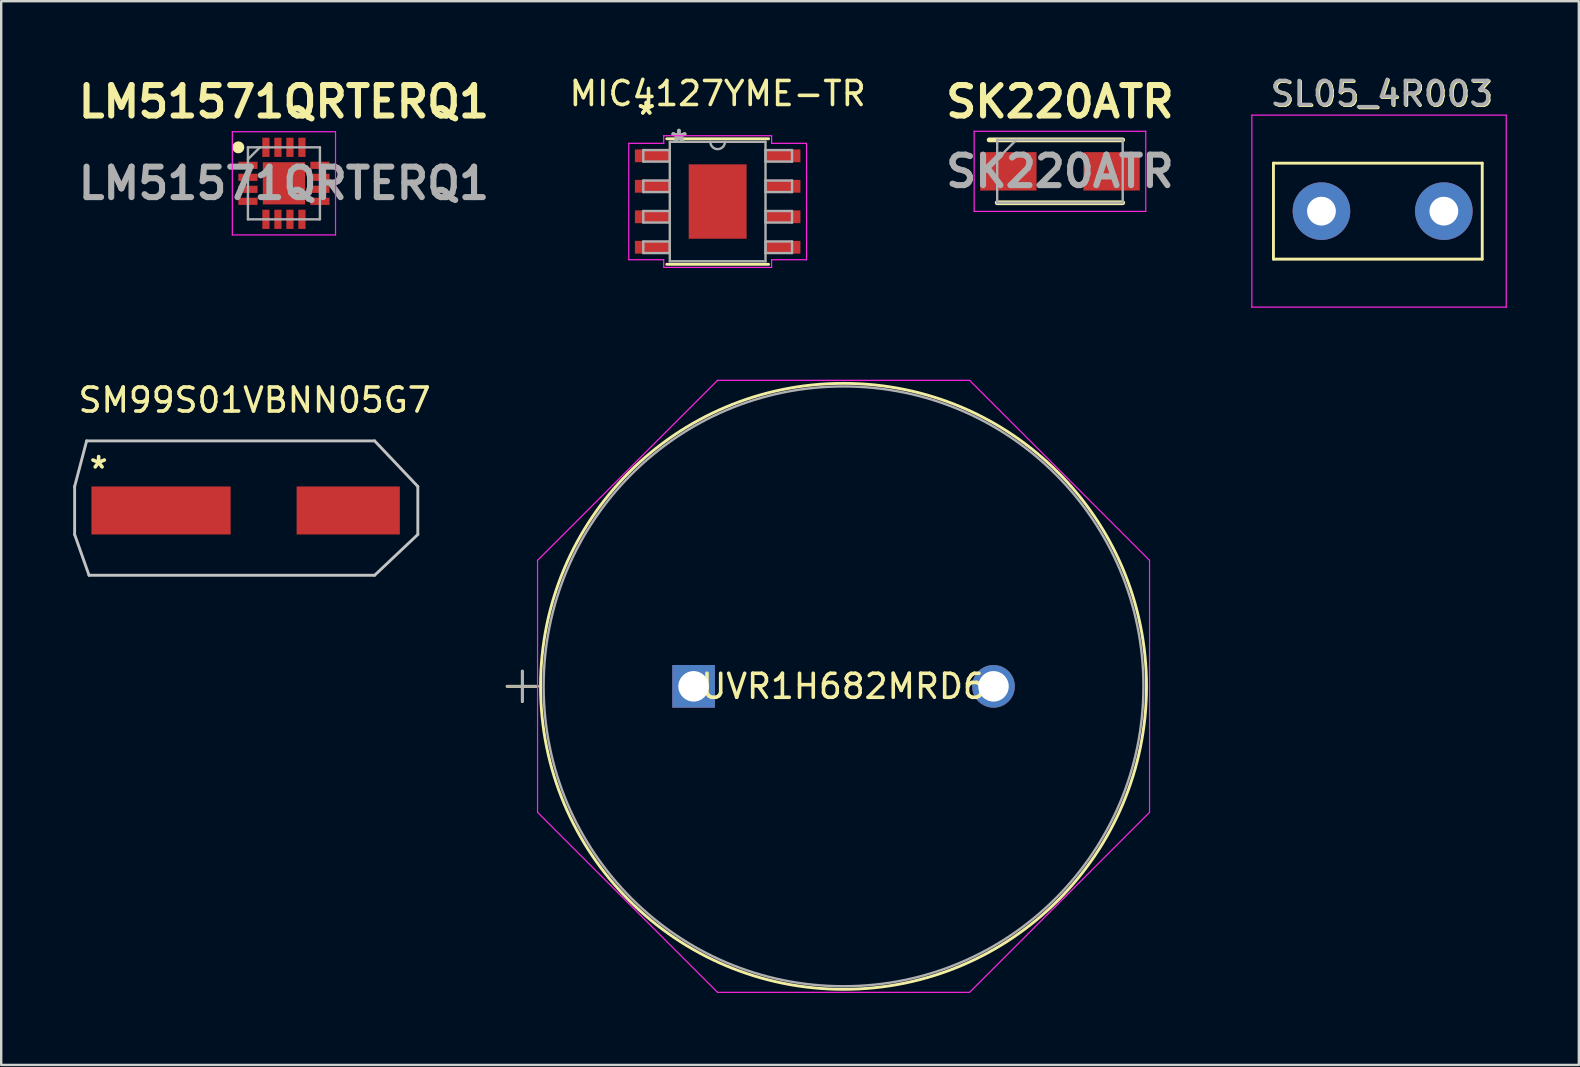
<source format=kicad_pcb>
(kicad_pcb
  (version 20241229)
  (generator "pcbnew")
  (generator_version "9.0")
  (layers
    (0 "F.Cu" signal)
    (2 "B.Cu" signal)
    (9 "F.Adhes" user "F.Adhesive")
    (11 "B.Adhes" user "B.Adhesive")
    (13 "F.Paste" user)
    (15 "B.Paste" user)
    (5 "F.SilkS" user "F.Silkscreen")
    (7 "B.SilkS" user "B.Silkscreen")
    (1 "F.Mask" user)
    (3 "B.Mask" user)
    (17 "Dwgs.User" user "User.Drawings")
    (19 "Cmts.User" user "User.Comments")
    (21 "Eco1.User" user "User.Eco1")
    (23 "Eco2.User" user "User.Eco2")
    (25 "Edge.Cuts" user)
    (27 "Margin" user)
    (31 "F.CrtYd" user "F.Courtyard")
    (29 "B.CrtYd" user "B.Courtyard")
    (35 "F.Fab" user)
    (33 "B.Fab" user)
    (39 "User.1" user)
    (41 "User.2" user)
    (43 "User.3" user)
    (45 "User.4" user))
  (footprint "LM51571QRTERQ1"
    (layer "F.Cu")
    (at 8.781 4.589)
    (property "Reference" "LM51571QRTERQ1" (at 0 -3.4 0) (layer "F.SilkS") (effects (font (size 1.27 1.27) (thickness 0.254))))
    (attr smd)
    (fp_circle (center -1.9 -1.5) (end -1.9 -1.375) (stroke (width 0.25) (type solid)) (fill no) (layer "F.SilkS"))
    (fp_line (start -2.15 -2.15) (end 2.15 -2.15) (stroke (width 0.05) (type solid)) (layer "F.CrtYd"))
    (fp_line (start -2.15 2.15) (end -2.15 -2.15) (stroke (width 0.05) (type solid)) (layer "F.CrtYd"))
    (fp_line (start 2.15 -2.15) (end 2.15 2.15) (stroke (width 0.05) (type solid)) (layer "F.CrtYd"))
    (fp_line (start 2.15 2.15) (end -2.15 2.15) (stroke (width 0.05) (type solid)) (layer "F.CrtYd"))
    (fp_line (start -1.5 -1.5) (end 1.5 -1.5) (stroke (width 0.1) (type solid)) (layer "F.Fab"))
    (fp_line (start -1.5 -1) (end -1 -1.5) (stroke (width 0.1) (type solid)) (layer "F.Fab"))
    (fp_line (start -1.5 1.5) (end -1.5 -1.5) (stroke (width 0.1) (type solid)) (layer "F.Fab"))
    (fp_line (start 1.5 -1.5) (end 1.5 1.5) (stroke (width 0.1) (type solid)) (layer "F.Fab"))
    (fp_line (start 1.5 1.5) (end -1.5 1.5) (stroke (width 0.1) (type solid)) (layer "F.Fab"))
    (fp_text user "${REFERENCE}" (at 0 0 0) (layer "F.Fab") (effects (font (size 1.27 1.27) (thickness 0.254))))
    (pad "1" smd rect (at -1.5 -0.75 90) (size 0.3 0.8) (layers "F.Cu" "F.Mask" "F.Paste"))
    (pad "2" smd rect (at -1.5 -0.25 90) (size 0.3 0.8) (layers "F.Cu" "F.Mask" "F.Paste"))
    (pad "3" smd rect (at -1.5 0.25 90) (size 0.3 0.8) (layers "F.Cu" "F.Mask" "F.Paste"))
    (pad "4" smd rect (at -1.5 0.75 90) (size 0.3 0.8) (layers "F.Cu" "F.Mask" "F.Paste"))
    (pad "5" smd rect (at -0.75 1.5) (size 0.3 0.8) (layers "F.Cu" "F.Mask" "F.Paste"))
    (pad "6" smd rect (at -0.25 1.5) (size 0.3 0.8) (layers "F.Cu" "F.Mask" "F.Paste"))
    (pad "7" smd rect (at 0.25 1.5) (size 0.3 0.8) (layers "F.Cu" "F.Mask" "F.Paste"))
    (pad "8" smd rect (at 0.75 1.5) (size 0.3 0.8) (layers "F.Cu" "F.Mask" "F.Paste"))
    (pad "9" smd rect (at 1.5 0.75 90) (size 0.3 0.8) (layers "F.Cu" "F.Mask" "F.Paste"))
    (pad "10" smd rect (at 1.5 0.25 90) (size 0.3 0.8) (layers "F.Cu" "F.Mask" "F.Paste"))
    (pad "11" smd rect (at 1.5 -0.25 90) (size 0.3 0.8) (layers "F.Cu" "F.Mask" "F.Paste"))
    (pad "12" smd rect (at 1.5 -0.75 90) (size 0.3 0.8) (layers "F.Cu" "F.Mask" "F.Paste"))
    (pad "13" smd rect (at 0.75 -1.5) (size 0.3 0.8) (layers "F.Cu" "F.Mask" "F.Paste"))
    (pad "14" smd rect (at 0.25 -1.5) (size 0.3 0.8) (layers "F.Cu" "F.Mask" "F.Paste"))
    (pad "15" smd rect (at -0.25 -1.5) (size 0.3 0.8) (layers "F.Cu" "F.Mask" "F.Paste"))
    (pad "16" smd rect (at -0.75 -1.5) (size 0.3 0.8) (layers "F.Cu" "F.Mask" "F.Paste"))
    (pad "17" smd rect (at 0 0) (size 1.76 1.76) (layers "F.Cu" "F.Mask" "F.Paste")))
  (footprint "SL05_4R003"
    (layer "F.Cu")
    (at 52.013 5.748)
    (property "Reference" "SL05_4R003" (at 2.54 -4.87 0) (layer "F.SilkS") (effects (font (size 1 1) (thickness 0.15))))
    (attr through_hole)
    (fp_line (start -2 -2) (end 6.7 -2) (stroke (width 0.12) (type solid)) (layer "F.SilkS"))
    (fp_line (start -2 2) (end -2 -2) (stroke (width 0.12) (type solid)) (layer "F.SilkS"))
    (fp_line (start 6.7 -2) (end 6.7 2) (stroke (width 0.12) (type solid)) (layer "F.SilkS"))
    (fp_line (start 6.7 2) (end -2 2) (stroke (width 0.12) (type solid)) (layer "F.SilkS"))
    (fp_line (start -2.9 -4) (end -2.9 4) (stroke (width 0.05) (type solid)) (layer "F.CrtYd"))
    (fp_line (start -2.9 4) (end 7.7 4) (stroke (width 0.05) (type solid)) (layer "F.CrtYd"))
    (fp_line (start 7.7 -4) (end -2.9 -4) (stroke (width 0.05) (type solid)) (layer "F.CrtYd"))
    (fp_line (start 7.7 4) (end 7.7 -4) (stroke (width 0.05) (type solid)) (layer "F.CrtYd"))
    (fp_text user "${REFERENCE}" (at 2.5 -4.9 0) (layer "F.Fab") (effects (font (size 1 1) (thickness 0.15))))
    (pad "1" thru_hole circle (at 0 0) (size 2.4 2.4) (drill 1.2) (layers "*.Cu" "*.Mask"))
    (pad "2" thru_hole oval (at 5.1 0) (size 2.4 2.4) (drill 1.2) (layers "*.Cu" "*.Mask")))
  (footprint "SK220ATR"
    (layer "F.Cu")
    (at 41.117 4.089)
    (property "Reference" "SK220ATR" (at 0 -2.9 0) (layer "F.SilkS") (effects (font (size 1.27 1.27) (thickness 0.254))))
    (attr smd)
    (fp_line (start -2.615 1.31) (end 2.615 1.31) (stroke (width 0.2) (type solid)) (layer "F.SilkS"))
    (fp_line (start 2.615 -1.31) (end -2.95 -1.31) (stroke (width 0.2) (type solid)) (layer "F.SilkS"))
    (fp_line (start -3.575 -1.67) (end 3.575 -1.67) (stroke (width 0.05) (type solid)) (layer "F.CrtYd"))
    (fp_line (start -3.575 1.67) (end -3.575 -1.67) (stroke (width 0.05) (type solid)) (layer "F.CrtYd"))
    (fp_line (start 3.575 -1.67) (end 3.575 1.67) (stroke (width 0.05) (type solid)) (layer "F.CrtYd"))
    (fp_line (start 3.575 1.67) (end -3.575 1.67) (stroke (width 0.05) (type solid)) (layer "F.CrtYd"))
    (fp_line (start -2.615 -1.31) (end 2.615 -1.31) (stroke (width 0.1) (type solid)) (layer "F.Fab"))
    (fp_line (start -2.615 -0.51) (end -1.815 -1.31) (stroke (width 0.1) (type solid)) (layer "F.Fab"))
    (fp_line (start -2.615 1.31) (end -2.615 -1.31) (stroke (width 0.1) (type solid)) (layer "F.Fab"))
    (fp_line (start 2.615 -1.31) (end 2.615 1.31) (stroke (width 0.1) (type solid)) (layer "F.Fab"))
    (fp_line (start 2.615 1.31) (end -2.615 1.31) (stroke (width 0.1) (type solid)) (layer "F.Fab"))
    (fp_text user "${REFERENCE}" (at 0 0 0) (layer "F.Fab") (effects (font (size 1.27 1.27) (thickness 0.254))))
    (pad "1" smd rect (at -2.15 0 90) (size 1.6 2.35) (layers "F.Cu" "F.Mask" "F.Paste"))
    (pad "2" smd rect (at 2.15 0 90) (size 1.6 2.35) (layers "F.Cu" "F.Mask" "F.Paste")))
  (footprint "SM99S01VBNN05G7"
    (layer "F.Cu")
    (at 7.56 18.221)
    (property "Reference" "SM99S01VBNN05G7" (at 0 -4.6 0) (layer "F.SilkS") (effects (font (size 1 1) (thickness 0.15))))
    (attr through_hole)
    (fp_line (start -7.5 -1) (end -7.5 1) (stroke (width 0.12) (type solid)) (layer "Dwgs.User"))
    (fp_line (start -7.5 1) (end -6.9 2.7) (stroke (width 0.12) (type solid)) (layer "Dwgs.User"))
    (fp_line (start -7 -2.9) (end -7.5 -1) (stroke (width 0.12) (type solid)) (layer "Dwgs.User"))
    (fp_line (start -6.9 2.7) (end 5 2.7) (stroke (width 0.12) (type solid)) (layer "Dwgs.User"))
    (fp_line (start 5 -2.9) (end -7 -2.9) (stroke (width 0.12) (type solid)) (layer "Dwgs.User"))
    (fp_line (start 6.8 -1) (end 5 -2.9) (stroke (width 0.12) (type solid)) (layer "Dwgs.User"))
    (fp_line (start 6.8 1) (end 5 2.7) (stroke (width 0.12) (type solid)) (layer "Dwgs.User"))
    (fp_line (start 6.8 1) (end 6.8 -1) (stroke (width 0.12) (type solid)) (layer "Dwgs.User"))
    (fp_text user "*" (at -6.5 -1.7 0) (layer "F.SilkS") (effects (font (size 1 1) (thickness 0.15))))
    (pad "1" smd rect (at -3.9 0) (size 5.8 2) (layers "F.Cu" "F.Mask" "F.Paste"))
    (pad "1" smd rect (at 3.9 0) (size 4.3 2) (layers "F.Cu" "F.Mask" "F.Paste")))
  (footprint "UVR1H682MRD6"
    (layer "F.Cu")
    (at 25.851 25.549)
    (property "Reference" "UVR1H682MRD6" (at 6.248 0 0) (layer "F.SilkS") (effects (font (size 1 1) (thickness 0.15))))
    (attr through_hole)
    (fp_line (start -7.772 0) (end -6.502 0) (stroke (width 0.12) (type solid)) (layer "F.SilkS"))
    (fp_line (start -7.137 -0.635) (end -7.137 0.635) (stroke (width 0.12) (type solid)) (layer "F.SilkS"))
    (fp_circle (center 6.248 0) (end 18.872 0) (stroke (width 0.12) (type solid)) (fill no) (layer "F.SilkS"))
    (fp_line (start -6.502 -5.25) (end 0.998 -12.751) (stroke (width 0.05) (type solid)) (layer "F.CrtYd"))
    (fp_line (start -6.502 5.25) (end -6.502 -5.25) (stroke (width 0.05) (type solid)) (layer "F.CrtYd"))
    (fp_line (start 0.998 -12.751) (end 11.499 -12.751) (stroke (width 0.05) (type solid)) (layer "F.CrtYd"))
    (fp_line (start 0.998 12.751) (end -6.502 5.25) (stroke (width 0.05) (type solid)) (layer "F.CrtYd"))
    (fp_line (start 11.499 -12.751) (end 18.999 -5.25) (stroke (width 0.05) (type solid)) (layer "F.CrtYd"))
    (fp_line (start 11.499 12.751) (end 0.998 12.751) (stroke (width 0.05) (type solid)) (layer "F.CrtYd"))
    (fp_line (start 18.999 -5.25) (end 18.999 5.25) (stroke (width 0.05) (type solid)) (layer "F.CrtYd"))
    (fp_line (start 18.999 5.25) (end 11.499 12.751) (stroke (width 0.05) (type solid)) (layer "F.CrtYd"))
    (fp_line (start -7.772 0) (end -6.502 0) (stroke (width 0.1) (type solid)) (layer "F.Fab"))
    (fp_line (start -7.137 -0.635) (end -7.137 0.635) (stroke (width 0.1) (type solid)) (layer "F.Fab"))
    (fp_circle (center 6.248 0) (end 18.745 0) (stroke (width 0.1) (type solid)) (fill no) (layer "F.Fab"))
    (fp_text user "*" (at 0 0 0) (layer "F.SilkS") (effects (font (size 1 1) (thickness 0.15))))
    (fp_text user "Copyright 2021 Accelerated Designs. All rights reserved." (at 0 0 0) (layer "Cmts.User") (effects (font (size 0.127 0.127) (thickness 0.002))))
    (fp_text user "*" (at 0 0 0) (layer "F.Fab") (effects (font (size 1 1) (thickness 0.15))))
    (pad "1" thru_hole rect (at 0 0) (size 1.778 1.778) (drill 1.27) (layers "*.Cu" "*.Mask"))
    (pad "2" thru_hole circle (at 12.497 0) (size 1.778 1.778) (drill 1.27) (layers "*.Cu" "*.Mask")))
  (footprint "MIC4127YME-TR"
    (layer "F.Cu")
    (at 26.854 5.348)
    (property "Reference" "MIC4127YME-TR" (at 0 -4.5 0) (layer "F.SilkS") (effects (font (size 1 1) (thickness 0.15))))
    (attr through_hole)
    (fp_line (start -2.121 2.616) (end 2.121 2.616) (stroke (width 0.12) (type solid)) (layer "F.SilkS"))
    (fp_line (start 2.121 -2.616) (end -2.121 -2.616) (stroke (width 0.12) (type solid)) (layer "F.SilkS"))
    (fp_poly (pts (xy -1.107 -1.449) (xy -1.107 -0.1) (xy 1.107 -0.1) (xy 1.107 -1.449)) (stroke (width 0.1) (type solid)) (fill yes) (layer "F.Paste"))
    (fp_poly (pts (xy -1.107 0.1) (xy -1.107 1.449) (xy 1.107 1.449) (xy 1.107 0.1)) (stroke (width 0.1) (type solid)) (fill yes) (layer "F.Paste"))
    (fp_line (start -3.703 -2.425) (end -2.248 -2.425) (stroke (width 0.05) (type solid)) (layer "F.CrtYd"))
    (fp_line (start -3.703 2.425) (end -3.703 -2.425) (stroke (width 0.05) (type solid)) (layer "F.CrtYd"))
    (fp_line (start -2.248 -2.743) (end 2.248 -2.743) (stroke (width 0.05) (type solid)) (layer "F.CrtYd"))
    (fp_line (start -2.248 -2.425) (end -2.248 -2.743) (stroke (width 0.05) (type solid)) (layer "F.CrtYd"))
    (fp_line (start -2.248 2.425) (end -3.703 2.425) (stroke (width 0.05) (type solid)) (layer "F.CrtYd"))
    (fp_line (start -2.248 2.743) (end -2.248 2.425) (stroke (width 0.05) (type solid)) (layer "F.CrtYd"))
    (fp_line (start 2.248 -2.743) (end 2.248 -2.425) (stroke (width 0.05) (type solid)) (layer "F.CrtYd"))
    (fp_line (start 2.248 -2.425) (end 3.703 -2.425) (stroke (width 0.05) (type solid)) (layer "F.CrtYd"))
    (fp_line (start 2.248 2.425) (end 2.248 2.743) (stroke (width 0.05) (type solid)) (layer "F.CrtYd"))
    (fp_line (start 2.248 2.743) (end -2.248 2.743) (stroke (width 0.05) (type solid)) (layer "F.CrtYd"))
    (fp_line (start 3.703 -2.425) (end 3.703 2.425) (stroke (width 0.05) (type solid)) (layer "F.CrtYd"))
    (fp_line (start 3.703 2.425) (end 2.248 2.425) (stroke (width 0.05) (type solid)) (layer "F.CrtYd"))
    (fp_line (start -3.099 -2.146) (end -3.099 -1.664) (stroke (width 0.1) (type solid)) (layer "F.Fab"))
    (fp_line (start -3.099 -1.664) (end -1.994 -1.664) (stroke (width 0.1) (type solid)) (layer "F.Fab"))
    (fp_line (start -3.099 -0.876) (end -3.099 -0.394) (stroke (width 0.1) (type solid)) (layer "F.Fab"))
    (fp_line (start -3.099 -0.394) (end -1.994 -0.394) (stroke (width 0.1) (type solid)) (layer "F.Fab"))
    (fp_line (start -3.099 0.394) (end -3.099 0.876) (stroke (width 0.1) (type solid)) (layer "F.Fab"))
    (fp_line (start -3.099 0.876) (end -1.994 0.876) (stroke (width 0.1) (type solid)) (layer "F.Fab"))
    (fp_line (start -3.099 1.664) (end -3.099 2.146) (stroke (width 0.1) (type solid)) (layer "F.Fab"))
    (fp_line (start -3.099 2.146) (end -1.994 2.146) (stroke (width 0.1) (type solid)) (layer "F.Fab"))
    (fp_line (start -1.994 -2.489) (end -1.994 2.489) (stroke (width 0.1) (type solid)) (layer "F.Fab"))
    (fp_line (start -1.994 -2.146) (end -3.099 -2.146) (stroke (width 0.1) (type solid)) (layer "F.Fab"))
    (fp_line (start -1.994 -1.664) (end -1.994 -2.146) (stroke (width 0.1) (type solid)) (layer "F.Fab"))
    (fp_line (start -1.994 -0.876) (end -3.099 -0.876) (stroke (width 0.1) (type solid)) (layer "F.Fab"))
    (fp_line (start -1.994 -0.394) (end -1.994 -0.876) (stroke (width 0.1) (type solid)) (layer "F.Fab"))
    (fp_line (start -1.994 0.394) (end -3.099 0.394) (stroke (width 0.1) (type solid)) (layer "F.Fab"))
    (fp_line (start -1.994 0.876) (end -1.994 0.394) (stroke (width 0.1) (type solid)) (layer "F.Fab"))
    (fp_line (start -1.994 1.664) (end -3.099 1.664) (stroke (width 0.1) (type solid)) (layer "F.Fab"))
    (fp_line (start -1.994 2.146) (end -1.994 1.664) (stroke (width 0.1) (type solid)) (layer "F.Fab"))
    (fp_line (start -1.994 2.489) (end 1.994 2.489) (stroke (width 0.1) (type solid)) (layer "F.Fab"))
    (fp_line (start 1.994 -2.489) (end -1.994 -2.489) (stroke (width 0.1) (type solid)) (layer "F.Fab"))
    (fp_line (start 1.994 -2.146) (end 1.994 -1.664) (stroke (width 0.1) (type solid)) (layer "F.Fab"))
    (fp_line (start 1.994 -1.664) (end 3.099 -1.664) (stroke (width 0.1) (type solid)) (layer "F.Fab"))
    (fp_line (start 1.994 -0.876) (end 1.994 -0.394) (stroke (width 0.1) (type solid)) (layer "F.Fab"))
    (fp_line (start 1.994 -0.394) (end 3.099 -0.394) (stroke (width 0.1) (type solid)) (layer "F.Fab"))
    (fp_line (start 1.994 0.394) (end 1.994 0.876) (stroke (width 0.1) (type solid)) (layer "F.Fab"))
    (fp_line (start 1.994 0.876) (end 3.099 0.876) (stroke (width 0.1) (type solid)) (layer "F.Fab"))
    (fp_line (start 1.994 1.664) (end 1.994 2.146) (stroke (width 0.1) (type solid)) (layer "F.Fab"))
    (fp_line (start 1.994 2.146) (end 3.099 2.146) (stroke (width 0.1) (type solid)) (layer "F.Fab"))
    (fp_line (start 1.994 2.489) (end 1.994 -2.489) (stroke (width 0.1) (type solid)) (layer "F.Fab"))
    (fp_line (start 3.099 -2.146) (end 1.994 -2.146) (stroke (width 0.1) (type solid)) (layer "F.Fab"))
    (fp_line (start 3.099 -1.664) (end 3.099 -2.146) (stroke (width 0.1) (type solid)) (layer "F.Fab"))
    (fp_line (start 3.099 -0.876) (end 1.994 -0.876) (stroke (width 0.1) (type solid)) (layer "F.Fab"))
    (fp_line (start 3.099 -0.394) (end 3.099 -0.876) (stroke (width 0.1) (type solid)) (layer "F.Fab"))
    (fp_line (start 3.099 0.394) (end 1.994 0.394) (stroke (width 0.1) (type solid)) (layer "F.Fab"))
    (fp_line (start 3.099 0.876) (end 3.099 0.394) (stroke (width 0.1) (type solid)) (layer "F.Fab"))
    (fp_line (start 3.099 1.664) (end 1.994 1.664) (stroke (width 0.1) (type solid)) (layer "F.Fab"))
    (fp_line (start 3.099 2.146) (end 3.099 1.664) (stroke (width 0.1) (type solid)) (layer "F.Fab"))
    (fp_arc (start 0.3048 -2.4892) (mid 0 -2.1844) (end -0.3048 -2.4892) (stroke (width 0.1) (type solid)) (layer "F.Fab"))
    (fp_text user "*" (at -2.975 -3.581 0) (layer "F.SilkS") (effects (font (size 1 1) (thickness 0.15))))
    (fp_text user "*" (at -2.975 -3.581 0) (layer "F.SilkS") (effects (font (size 1 1) (thickness 0.15))))
    (fp_text user "Copyright 2021 Accelerated Designs. All rights reserved." (at 0 0 0) (layer "Cmts.User") (effects (font (size 0.127 0.127) (thickness 0.002))))
    (fp_text user "*" (at -1.613 -2.413 0) (layer "F.Fab") (effects (font (size 1 1) (thickness 0.15))))
    (fp_text user "*" (at -1.613 -2.413 0) (layer "F.Fab") (effects (font (size 1 1) (thickness 0.15))))
    (pad "1" smd rect (at -2.721 -1.905) (size 1.455 0.533) (layers "F.Cu" "F.Mask" "F.Paste"))
    (pad "2" smd rect (at -2.721 -0.635) (size 1.455 0.533) (layers "F.Cu" "F.Mask" "F.Paste"))
    (pad "3" smd rect (at -2.721 0.635) (size 1.455 0.533) (layers "F.Cu" "F.Mask" "F.Paste"))
    (pad "4" smd rect (at -2.721 1.905) (size 1.455 0.533) (layers "F.Cu" "F.Mask" "F.Paste"))
    (pad "5" smd rect (at 2.721 1.905) (size 1.455 0.533) (layers "F.Cu" "F.Mask" "F.Paste"))
    (pad "6" smd rect (at 2.721 0.635) (size 1.455 0.533) (layers "F.Cu" "F.Mask" "F.Paste"))
    (pad "7" smd rect (at 2.721 -0.635) (size 1.455 0.533) (layers "F.Cu" "F.Mask" "F.Paste"))
    (pad "8" smd rect (at 2.721 -1.905) (size 1.455 0.533) (layers "F.Cu" "F.Mask" "F.Paste"))
    (pad "EPAD" smd rect (at 0 0) (size 2.413 3.099) (layers "F.Cu" "F.Mask" "F.Paste")))
  (gr_rect
    (start -3 -3)
    (end 62.738 41.325)
    (stroke (width 0.1) (type default))
    (fill no)
    (layer "Edge.Cuts")))
</source>
